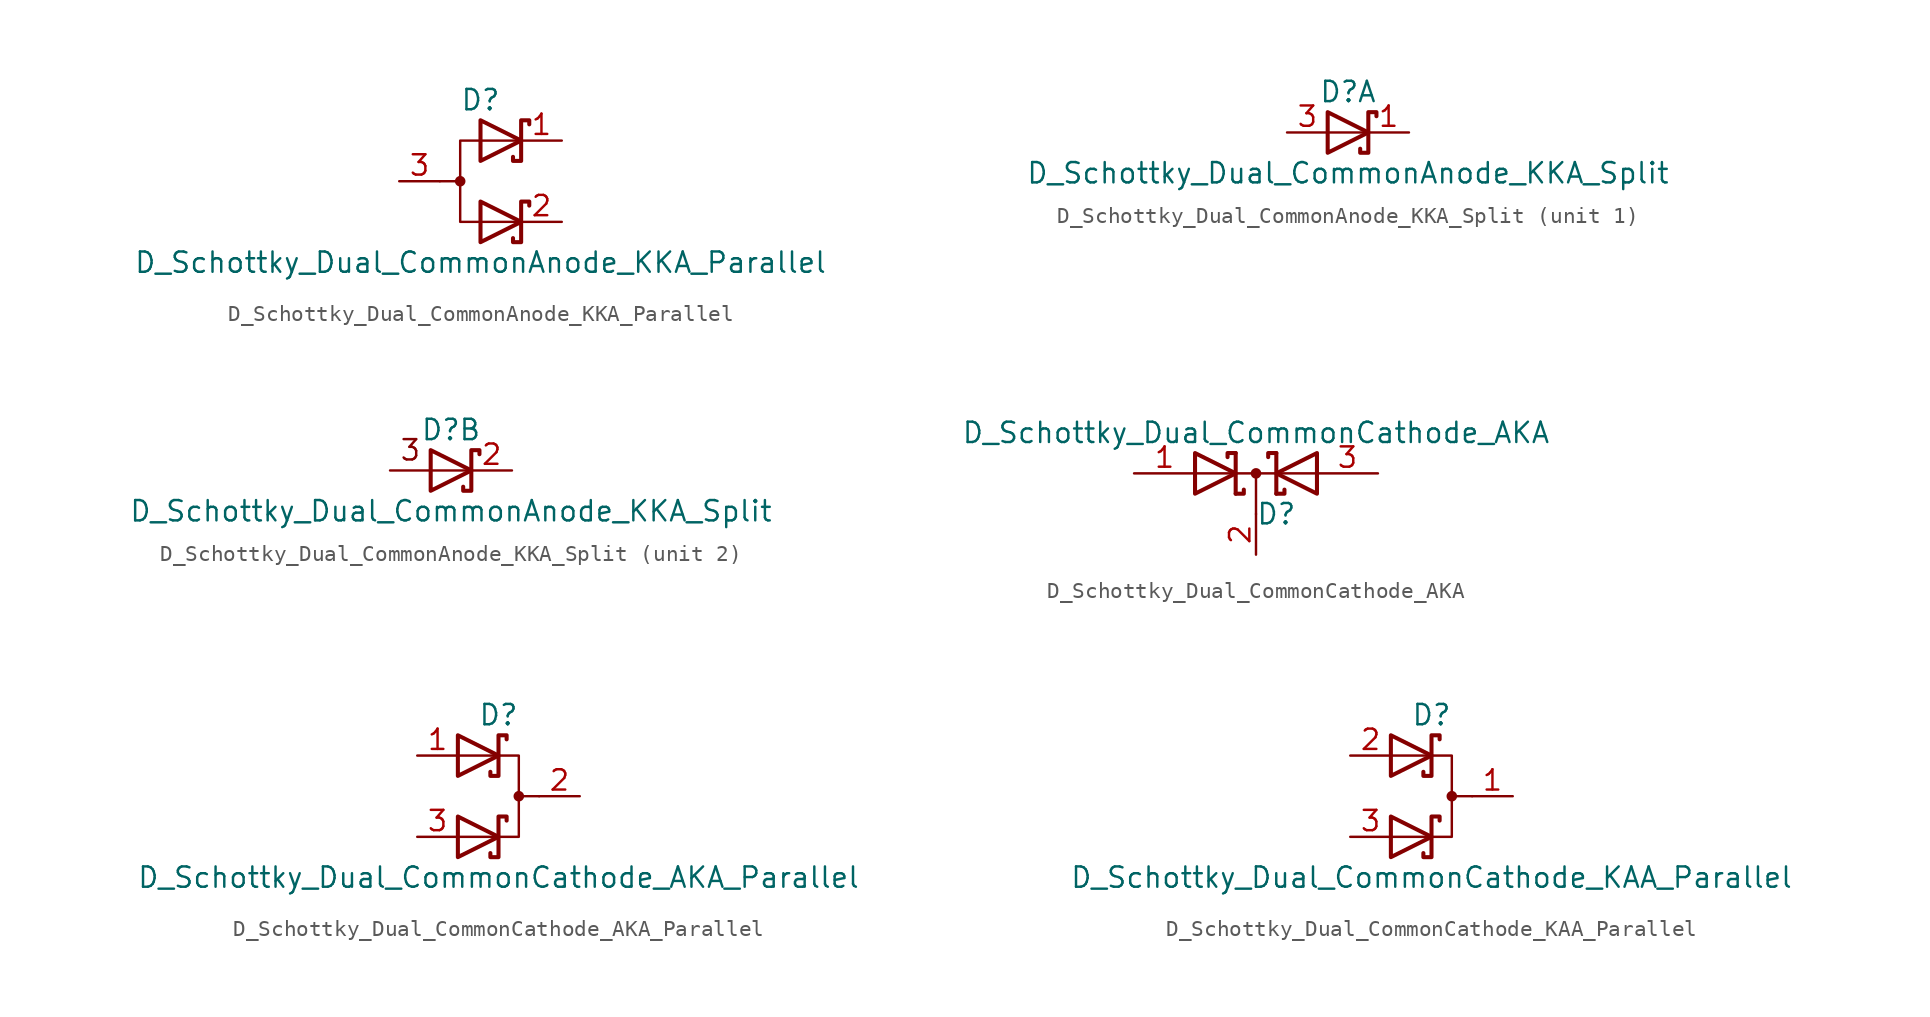
<source format=kicad_sym>
(kicad_symbol_lib
  (version 20211014)
  (generator kicad_symbol_editor)
  (symbol "D_Schottky_Dual_CommonAnode_KKA_Parallel"
    (pin_names
      (offset 0.762) hide)
    (property "Reference" "D"
      (at 0 5.08 0)
      (effects (font (size 1.27 1.27))))
    (property "Value" "D_Schottky_Dual_CommonAnode_KKA_Parallel"
      (at 0 -5.08 0)
      (effects (font (size 1.27 1.27))))
    (symbol "D_Schottky_Dual_CommonAnode_KKA_Parallel_0_1"
      (circle (center -1.27 0) (radius 0.254) (stroke (width 0) (type default) (color 0 0 0 0)) (fill (type outline)))
      (polyline (pts (xy -1.27 0) (xy -2.54 0)) (stroke (width 0) (type default) (color 0 0 0 0)) (fill (type none)))
      (polyline (pts (xy 2.54 2.54) (xy -1.27 2.54) (xy -1.27 -2.54) (xy 2.54 -2.54)) (stroke (width 0) (type default) (color 0 0 0 0)) (fill (type none)))
      (polyline (pts (xy 0 -1.27) (xy 2.54 -2.54) (xy 0 -3.81) (xy 0 -1.27) (xy 0 -1.27) (xy 0 -1.27)) (stroke (width 0.254) (type default) (color 0 0 0 0)) (fill (type none)))
      (polyline (pts (xy 0 3.81) (xy 2.54 2.54) (xy 0 1.27) (xy 0 3.81) (xy 0 3.81) (xy 0 3.81)) (stroke (width 0.254) (type default) (color 0 0 0 0)) (fill (type none)))
      (polyline (pts (xy 3.048 -1.524) (xy 3.048 -1.27) (xy 2.54 -1.27) (xy 2.54 -3.81) (xy 2.032 -3.81) (xy 2.032 -3.556)) (stroke (width 0.254) (type default) (color 0 0 0 0)) (fill (type none)))
      (polyline (pts (xy 3.048 3.556) (xy 3.048 3.81) (xy 2.54 3.81) (xy 2.54 1.27) (xy 2.032 1.27) (xy 2.032 1.524)) (stroke (width 0.254) (type default) (color 0 0 0 0)) (fill (type none)))
      (pin passive line (at 5.08 2.54 180) (length 2.54) (name "K" (effects (font (size 1.27 1.27)))) (number "1" (effects (font (size 1.27 1.27)))))
      (pin passive line (at 5.08 -2.54 180) (length 2.54) (name "K" (effects (font (size 1.27 1.27)))) (number "2" (effects (font (size 1.27 1.27)))))
      (pin passive line (at -5.08 0 0) (length 2.54) (name "A" (effects (font (size 1.27 1.27)))) (number "3" (effects (font (size 1.27 1.27)))))))
  (symbol "D_Schottky_Dual_CommonAnode_KKA_Split"
    (pin_names
      (offset 0.762) hide)
    (property "Reference" "D"
      (at 0 2.54 0)
      (effects (font (size 1.27 1.27))))
    (property "Value" "D_Schottky_Dual_CommonAnode_KKA_Split"
      (at 0 -2.54 0)
      (effects (font (size 1.27 1.27))))
    (property "ki_locked" ""
      (at 0 0 0)
      (effects (font (size 1.27 1.27))))
    (symbol "D_Schottky_Dual_CommonAnode_KKA_Split_0_1"
      (polyline (pts (xy -1.27 1.27) (xy 1.27 0) (xy -1.27 -1.27) (xy -1.27 1.27) (xy -1.27 1.27) (xy -1.27 1.27)) (stroke (width 0.254) (type default) (color 0 0 0 0)) (fill (type none)))
      (polyline (pts (xy 1.778 1.016) (xy 1.778 1.27) (xy 1.27 1.27) (xy 1.27 -1.27) (xy 0.762 -1.27) (xy 0.762 -1.016)) (stroke (width 0.254) (type default) (color 0 0 0 0)) (fill (type none))))
    (symbol "D_Schottky_Dual_CommonAnode_KKA_Split_1_1"
      (polyline (pts (xy 1.27 0) (xy -1.27 0)) (stroke (width 0) (type default) (color 0 0 0 0)) (fill (type none)))
      (pin passive line (at 3.81 0 180) (length 2.54) (name "K" (effects (font (size 1.27 1.27)))) (number "1" (effects (font (size 1.27 1.27)))))
      (pin passive line (at -3.81 0 0) (length 2.54) (name "A" (effects (font (size 1.27 1.27)))) (number "3" (effects (font (size 1.27 1.27))))))
    (symbol "D_Schottky_Dual_CommonAnode_KKA_Split_2_0"
      (polyline (pts (xy 1.27 0) (xy -3.81 0)) (stroke (width 0) (type default) (color 0 0 0 0)) (fill (type none)))
      (text "3" (at -2.54 1.27 0) (effects (font (size 1.27 1.27)))))
    (symbol "D_Schottky_Dual_CommonAnode_KKA_Split_2_1"
      (pin passive line (at 3.81 0 180) (length 2.54) (name "K" (effects (font (size 1.27 1.27)))) (number "2" (effects (font (size 1.27 1.27)))))))
  (symbol "D_Schottky_Dual_CommonCathode_AKA"
    (pin_names
      (offset 0.762) hide)
    (property "Reference" "D"
      (at 1.27 -2.54 0)
      (effects (font (size 1.27 1.27))))
    (property "Value" "D_Schottky_Dual_CommonCathode_AKA"
      (at 0 2.54 0)
      (effects (font (size 1.27 1.27))))
    (symbol "D_Schottky_Dual_CommonCathode_AKA_0_1"
      (polyline (pts (xy 0 0) (xy 0 -2.54)) (stroke (width 0) (type default) (color 0 0 0 0)) (fill (type none)))
      (polyline (pts (xy 3.81 0) (xy -3.81 0)) (stroke (width 0) (type default) (color 0 0 0 0)) (fill (type none)))
      (polyline (pts (xy -1.27 -1.27) (xy -1.27 1.27) (xy -1.27 1.27)) (stroke (width 0.254) (type default) (color 0 0 0 0)) (fill (type none)))
      (polyline (pts (xy 1.27 -1.27) (xy 1.27 1.27) (xy 1.27 1.27)) (stroke (width 0.254) (type default) (color 0 0 0 0)) (fill (type none)))
      (polyline (pts (xy -1.27 -1.27) (xy -0.762 -1.27) (xy -0.762 -1.016) (xy -0.762 -1.016)) (stroke (width 0.254) (type default) (color 0 0 0 0)) (fill (type none)))
      (polyline (pts (xy 1.27 -1.27) (xy 1.778 -1.27) (xy 1.778 -1.016) (xy 1.778 -1.016)) (stroke (width 0.254) (type default) (color 0 0 0 0)) (fill (type none)))
      (polyline (pts (xy 1.27 1.27) (xy 0.762 1.27) (xy 0.762 1.016) (xy 0.762 1.016)) (stroke (width 0.254) (type default) (color 0 0 0 0)) (fill (type none)))
      (polyline (pts (xy -1.778 1.016) (xy -1.778 1.27) (xy -1.27 1.27) (xy -1.27 1.27) (xy -1.27 1.27)) (stroke (width 0.254) (type default) (color 0 0 0 0)) (fill (type none)))
      (polyline (pts (xy -3.81 1.27) (xy -1.27 0) (xy -3.81 -1.27) (xy -3.81 1.27) (xy -3.81 1.27) (xy -3.81 1.27)) (stroke (width 0.254) (type default) (color 0 0 0 0)) (fill (type none)))
      (polyline (pts (xy 3.81 -1.27) (xy 1.27 0) (xy 3.81 1.27) (xy 3.81 -1.27) (xy 3.81 -1.27) (xy 3.81 -1.27)) (stroke (width 0.254) (type default) (color 0 0 0 0)) (fill (type none)))
      (circle (center 0 0) (radius 0.254) (stroke (width 0) (type default) (color 0 0 0 0)) (fill (type outline)))
      (pin passive line (at -7.62 0 0) (length 3.81) (name "A" (effects (font (size 1.27 1.27)))) (number "1" (effects (font (size 1.27 1.27)))))
      (pin passive line (at 0 -5.08 90) (length 2.54) (name "K" (effects (font (size 1.27 1.27)))) (number "2" (effects (font (size 1.27 1.27)))))
      (pin passive line (at 7.62 0 180) (length 3.81) (name "A" (effects (font (size 1.27 1.27)))) (number "3" (effects (font (size 1.27 1.27)))))))
  (symbol "D_Schottky_Dual_CommonCathode_AKA_Parallel"
    (pin_names
      (offset 0.762) hide)
    (property "Reference" "D"
      (at 0 5.08 0)
      (effects (font (size 1.27 1.27))))
    (property "Value" "D_Schottky_Dual_CommonCathode_AKA_Parallel"
      (at 0 -5.08 0)
      (effects (font (size 1.27 1.27))))
    (symbol "D_Schottky_Dual_CommonCathode_AKA_Parallel_0_1"
      (polyline (pts (xy 1.27 0) (xy 2.54 0)) (stroke (width 0) (type default) (color 0 0 0 0)) (fill (type none)))
      (polyline (pts (xy -2.54 -2.54) (xy 1.27 -2.54) (xy 1.27 2.54) (xy -2.54 2.54)) (stroke (width 0) (type default) (color 0 0 0 0)) (fill (type none)))
      (polyline (pts (xy -2.54 -1.27) (xy 0 -2.54) (xy -2.54 -3.81) (xy -2.54 -1.27) (xy -2.54 -1.27) (xy -2.54 -1.27)) (stroke (width 0.254) (type default) (color 0 0 0 0)) (fill (type none)))
      (polyline (pts (xy -2.54 3.81) (xy 0 2.54) (xy -2.54 1.27) (xy -2.54 3.81) (xy -2.54 3.81) (xy -2.54 3.81)) (stroke (width 0.254) (type default) (color 0 0 0 0)) (fill (type none)))
      (polyline (pts (xy 0.508 -1.524) (xy 0.508 -1.27) (xy 0 -1.27) (xy 0 -3.81) (xy -0.508 -3.81) (xy -0.508 -3.556)) (stroke (width 0.254) (type default) (color 0 0 0 0)) (fill (type none)))
      (polyline (pts (xy 0.508 3.556) (xy 0.508 3.81) (xy 0 3.81) (xy 0 1.27) (xy -0.508 1.27) (xy -0.508 1.524)) (stroke (width 0.254) (type default) (color 0 0 0 0)) (fill (type none)))
      (circle (center 1.27 0) (radius 0.254) (stroke (width 0) (type default) (color 0 0 0 0)) (fill (type outline)))
      (pin passive line (at -5.08 2.54 0) (length 2.54) (name "K" (effects (font (size 1.27 1.27)))) (number "1" (effects (font (size 1.27 1.27)))))
      (pin passive line (at 5.08 0 180) (length 2.54) (name "A" (effects (font (size 1.27 1.27)))) (number "2" (effects (font (size 1.27 1.27)))))
      (pin passive line (at -5.08 -2.54 0) (length 2.54) (name "K" (effects (font (size 1.27 1.27)))) (number "3" (effects (font (size 1.27 1.27)))))))
  (symbol "D_Schottky_Dual_CommonCathode_KAA_Parallel"
    (pin_names
      (offset 0.762) hide)
    (property "Reference" "D"
      (at 0 5.08 0)
      (effects (font (size 1.27 1.27))))
    (property "Value" "D_Schottky_Dual_CommonCathode_KAA_Parallel"
      (at 0 -5.08 0)
      (effects (font (size 1.27 1.27))))
    (symbol "D_Schottky_Dual_CommonCathode_KAA_Parallel_0_1"
      (polyline (pts (xy 1.27 0) (xy 2.54 0)) (stroke (width 0) (type default) (color 0 0 0 0)) (fill (type none)))
      (polyline (pts (xy -2.54 -2.54) (xy 1.27 -2.54) (xy 1.27 2.54) (xy -2.54 2.54)) (stroke (width 0) (type default) (color 0 0 0 0)) (fill (type none)))
      (polyline (pts (xy -2.54 -1.27) (xy 0 -2.54) (xy -2.54 -3.81) (xy -2.54 -1.27) (xy -2.54 -1.27) (xy -2.54 -1.27)) (stroke (width 0.254) (type default) (color 0 0 0 0)) (fill (type none)))
      (polyline (pts (xy -2.54 3.81) (xy 0 2.54) (xy -2.54 1.27) (xy -2.54 3.81) (xy -2.54 3.81) (xy -2.54 3.81)) (stroke (width 0.254) (type default) (color 0 0 0 0)) (fill (type none)))
      (polyline (pts (xy 0.508 -1.524) (xy 0.508 -1.27) (xy 0 -1.27) (xy 0 -3.81) (xy -0.508 -3.81) (xy -0.508 -3.556)) (stroke (width 0.254) (type default) (color 0 0 0 0)) (fill (type none)))
      (polyline (pts (xy 0.508 3.556) (xy 0.508 3.81) (xy 0 3.81) (xy 0 1.27) (xy -0.508 1.27) (xy -0.508 1.524)) (stroke (width 0.254) (type default) (color 0 0 0 0)) (fill (type none)))
      (circle (center 1.27 0) (radius 0.254) (stroke (width 0) (type default) (color 0 0 0 0)) (fill (type outline)))
      (pin passive line (at 5.08 0 180) (length 2.54) (name "A" (effects (font (size 1.27 1.27)))) (number "1" (effects (font (size 1.27 1.27)))))
      (pin passive line (at -5.08 2.54 0) (length 2.54) (name "K" (effects (font (size 1.27 1.27)))) (number "2" (effects (font (size 1.27 1.27)))))
      (pin passive line (at -5.08 -2.54 0) (length 2.54) (name "K" (effects (font (size 1.27 1.27)))) (number "3" (effects (font (size 1.27 1.27))))))))
</source>
